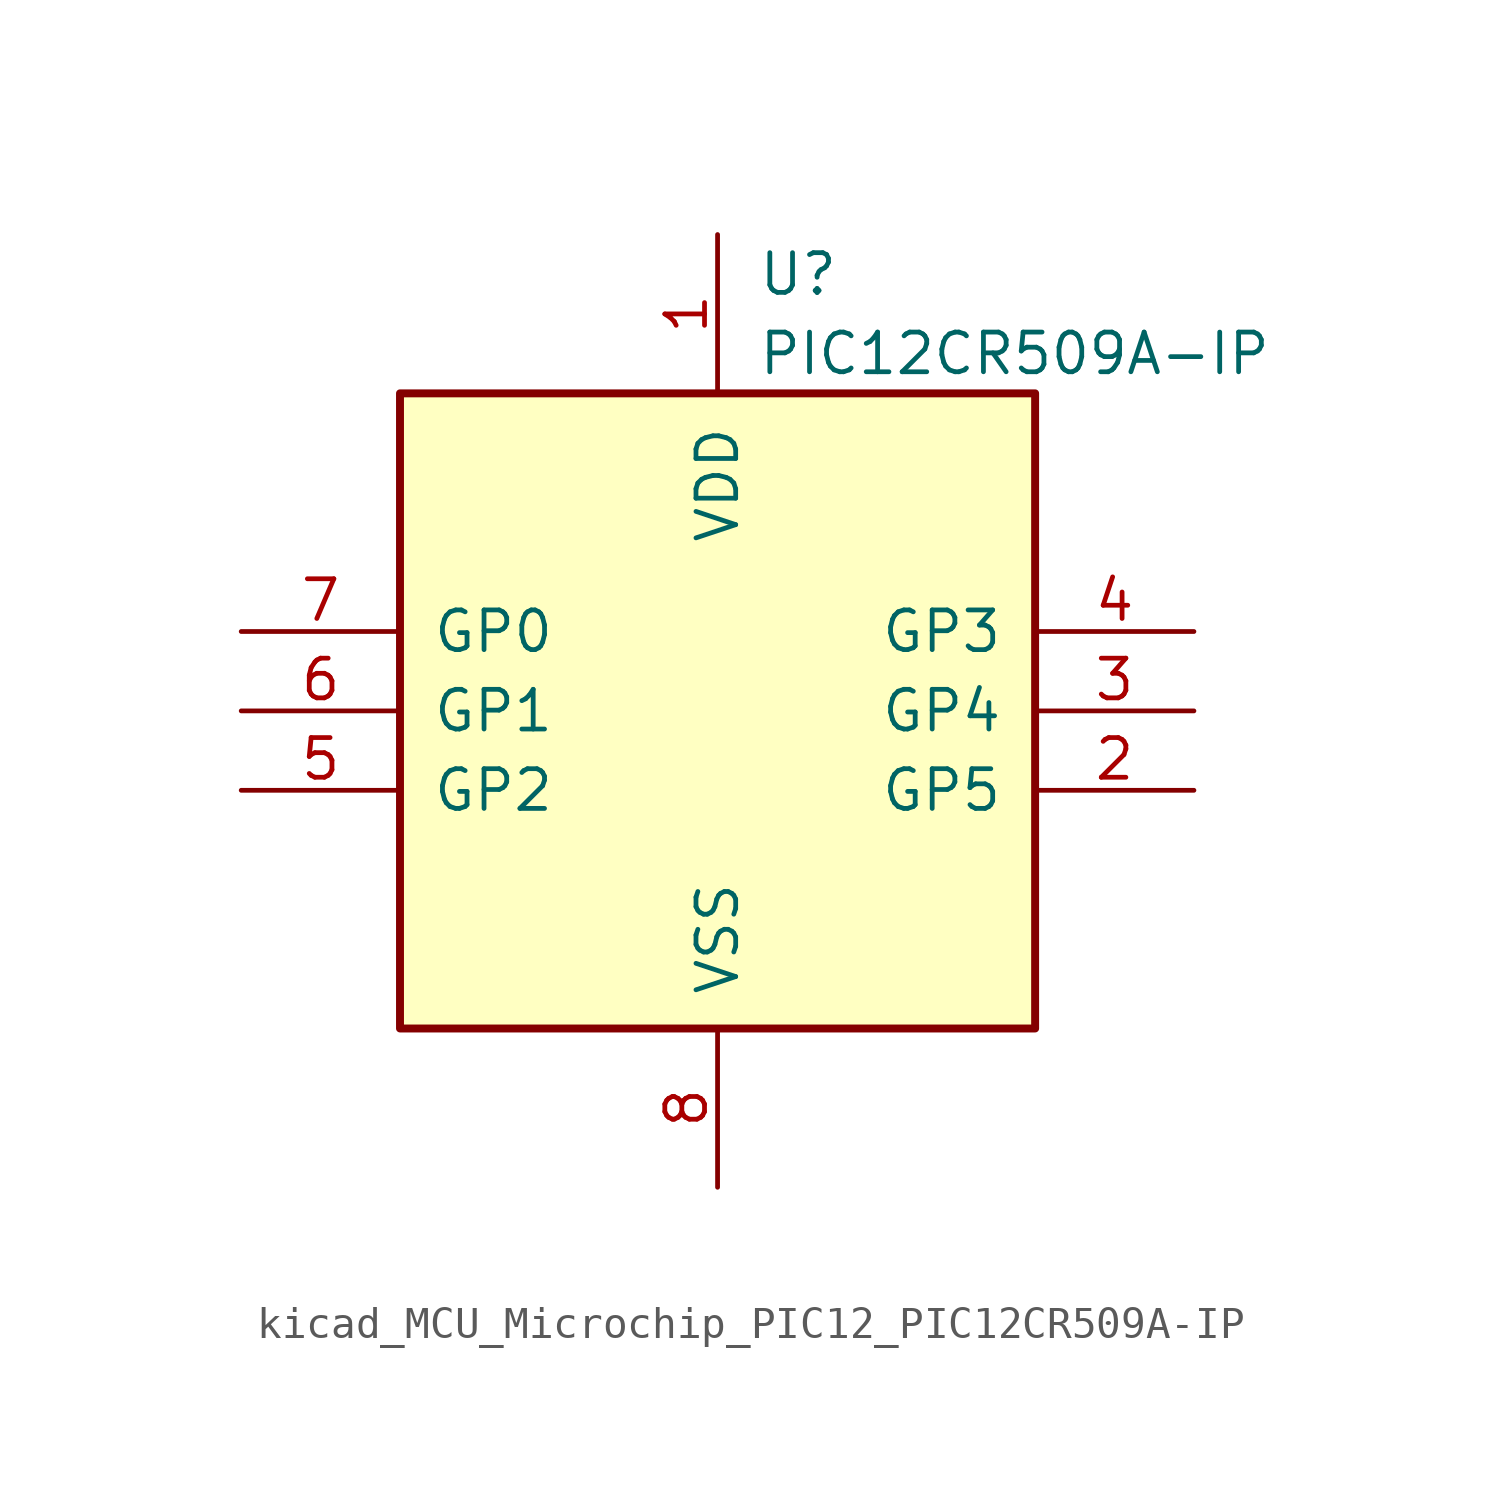
<source format=kicad_sym>
(kicad_symbol_lib
  (version 20220914)
  (generator kicad_symbol_editor)
  (symbol "kicad_MCU_Microchip_PIC12_PIC12CR509A-IP"
    (pin_names
      (offset 1.016))
    (property "Reference" "U"
      (at 1.27 13.97 0)
      (effects (font (size 1.27 1.27)) (justify left)))
    (property "Value" "PIC12CR509A-IP"
      (at 1.27 11.43 0)
      (effects (font (size 1.27 1.27)) (justify left)))
    (symbol "kicad_MCU_Microchip_PIC12_PIC12CR509A-IP_0_1"
      (rectangle (start 10.16 -10.16) (end -10.16 10.16) (stroke (width 0.254) (type default)) (fill (type background))))
    (symbol "kicad_MCU_Microchip_PIC12_PIC12CR509A-IP_1_1"
      (pin power_in line (at 0 15.24 270) (length 5.08) (name "VDD" (effects (font (size 1.27 1.27)))) (number "1" (effects (font (size 1.27 1.27)))))
      (pin bidirectional line (at 15.24 -2.54 180) (length 5.08) (name "GP5" (effects (font (size 1.27 1.27)))) (number "2" (effects (font (size 1.27 1.27)))))
      (pin bidirectional line (at 15.24 0 180) (length 5.08) (name "GP4" (effects (font (size 1.27 1.27)))) (number "3" (effects (font (size 1.27 1.27)))))
      (pin input line (at 15.24 2.54 180) (length 5.08) (name "GP3" (effects (font (size 1.27 1.27)))) (number "4" (effects (font (size 1.27 1.27)))))
      (pin bidirectional line (at -15.24 -2.54 0) (length 5.08) (name "GP2" (effects (font (size 1.27 1.27)))) (number "5" (effects (font (size 1.27 1.27)))))
      (pin bidirectional line (at -15.24 0 0) (length 5.08) (name "GP1" (effects (font (size 1.27 1.27)))) (number "6" (effects (font (size 1.27 1.27)))))
      (pin bidirectional line (at -15.24 2.54 0) (length 5.08) (name "GP0" (effects (font (size 1.27 1.27)))) (number "7" (effects (font (size 1.27 1.27)))))
      (pin power_in line (at 0 -15.24 90) (length 5.08) (name "VSS" (effects (font (size 1.27 1.27)))) (number "8" (effects (font (size 1.27 1.27))))))))
</source>
